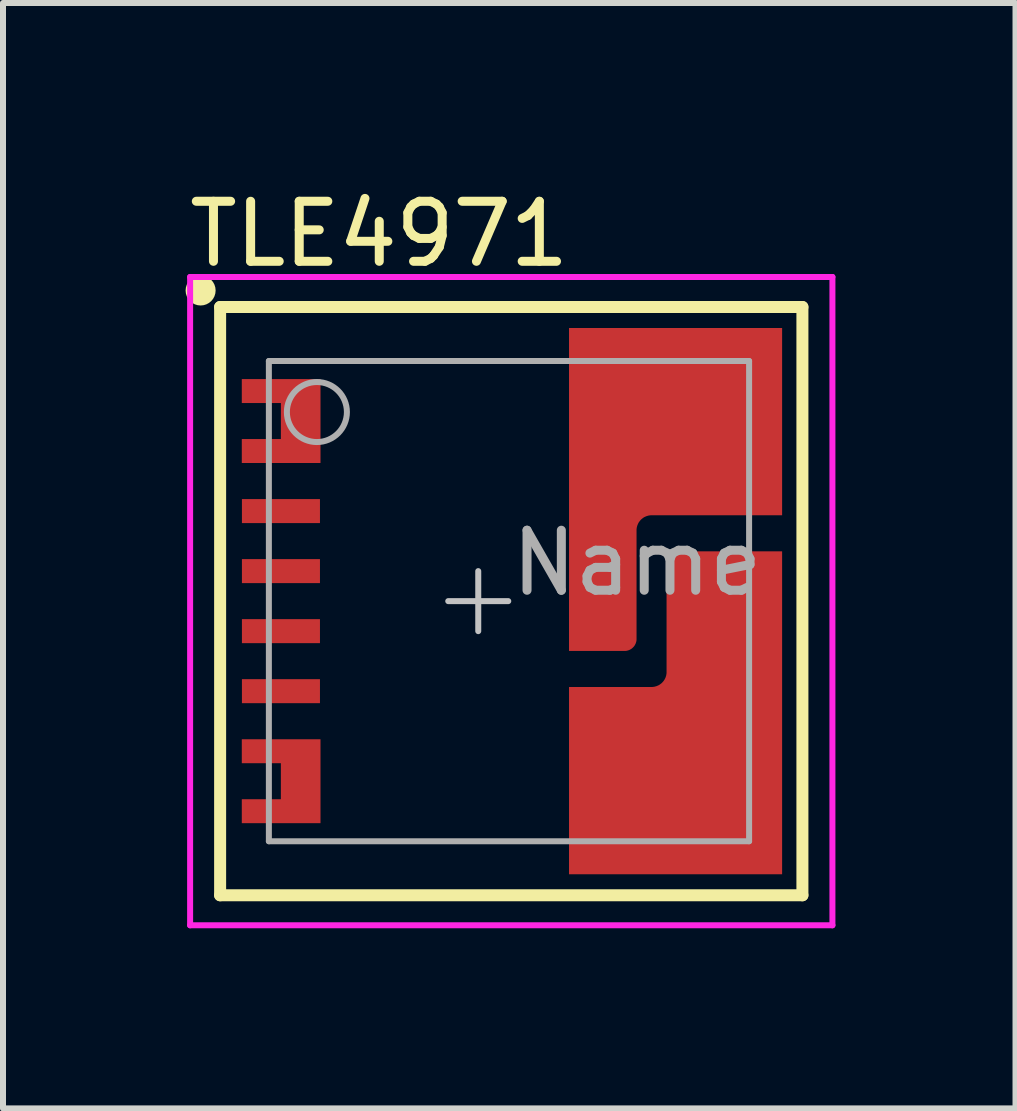
<source format=kicad_pcb>
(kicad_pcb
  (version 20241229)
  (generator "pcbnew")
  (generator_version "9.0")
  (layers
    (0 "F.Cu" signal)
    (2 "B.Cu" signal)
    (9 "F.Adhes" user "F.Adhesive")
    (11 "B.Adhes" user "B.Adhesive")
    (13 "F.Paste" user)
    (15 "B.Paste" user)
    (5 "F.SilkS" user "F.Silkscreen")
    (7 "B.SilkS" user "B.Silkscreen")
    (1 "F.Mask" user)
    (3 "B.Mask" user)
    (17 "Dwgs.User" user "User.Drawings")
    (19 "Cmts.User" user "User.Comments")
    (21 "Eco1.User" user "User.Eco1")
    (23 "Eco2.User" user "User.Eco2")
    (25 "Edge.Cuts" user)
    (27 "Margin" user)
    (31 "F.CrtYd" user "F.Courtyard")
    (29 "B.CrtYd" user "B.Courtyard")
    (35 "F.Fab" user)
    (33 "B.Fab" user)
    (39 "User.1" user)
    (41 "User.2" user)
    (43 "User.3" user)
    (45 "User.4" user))
  (footprint "TLE4971"
    (layer "F.Cu")
    (at 4.917 6.964)
    (property "Reference" "TLE4971" (at -1.649 -6.116 180) (layer "F.SilkS") (effects (font (size 1 1) (thickness 0.15))))
    (attr smd)
    (fp_poly (pts (xy -2.628 -2.301) (xy -3.939 -2.301) (xy -3.939 -2.7) (xy -3.288 -2.7) (xy -3.288 -3.3) (xy -3.939 -3.3) (xy -3.939 -3.699) (xy -2.628 -3.699)) (stroke (width 0) (type solid)) (fill yes) (layer "F.Mask"))
    (fp_poly (pts (xy -2.628 3.699) (xy -3.939 3.699) (xy -3.939 3.3) (xy -3.288 3.3) (xy -3.288 2.7) (xy -3.939 2.7) (xy -3.939 2.301) (xy -2.628 2.301)) (stroke (width 0) (type solid)) (fill yes) (layer "F.Mask"))
    (fp_poly (pts (xy 2.637 -1.18) (xy 2.637 -1.193) (xy 2.638 -1.206) (xy 2.64 -1.219) (xy 2.642 -1.232) (xy 2.646 -1.245) (xy 2.649 -1.257) (xy 2.654 -1.27) (xy 2.659 -1.282) (xy 2.664 -1.293) (xy 2.67 -1.305) (xy 2.677 -1.316) (xy 2.685 -1.327) (xy 2.693 -1.337) (xy 2.701 -1.347) (xy 2.71 -1.357) (xy 2.72 -1.366) (xy 2.73 -1.374) (xy 2.74 -1.382) (xy 2.751 -1.39) (xy 2.762 -1.397) (xy 2.774 -1.403) (xy 2.785 -1.408) (xy 2.797 -1.413) (xy 2.81 -1.418) (xy 2.822 -1.421) (xy 2.835 -1.425) (xy 2.848 -1.427) (xy 2.861 -1.429) (xy 2.874 -1.43) (xy 2.887 -1.43) (xy 5.062 -1.43) (xy 5.062 -4.55) (xy 1.512 -4.55) (xy 1.512 0.83) (xy 2.437 0.83) (xy 2.447 0.83) (xy 2.458 0.829) (xy 2.468 0.828) (xy 2.479 0.826) (xy 2.489 0.823) (xy 2.499 0.82) (xy 2.509 0.817) (xy 2.518 0.813) (xy 2.528 0.808) (xy 2.537 0.803) (xy 2.546 0.798) (xy 2.555 0.792) (xy 2.563 0.785) (xy 2.571 0.779) (xy 2.578 0.771) (xy 2.586 0.764) (xy 2.592 0.756) (xy 2.599 0.748) (xy 2.605 0.739) (xy 2.61 0.73) (xy 2.615 0.721) (xy 2.62 0.711) (xy 2.624 0.702) (xy 2.627 0.692) (xy 2.63 0.682) (xy 2.633 0.672) (xy 2.635 0.661) (xy 2.636 0.651) (xy 2.637 0.64) (xy 2.637 0.63) (xy 2.637 -1.18)) (stroke (width 0) (type solid)) (fill yes) (layer "F.Mask"))
    (fp_poly (pts (xy 1.512 1.43) (xy 2.887 1.43) (xy 2.9 1.43) (xy 2.913 1.429) (xy 2.926 1.427) (xy 2.939 1.425) (xy 2.952 1.421) (xy 2.965 1.418) (xy 2.977 1.413) (xy 2.989 1.408) (xy 3.001 1.403) (xy 3.012 1.397) (xy 3.023 1.39) (xy 3.034 1.382) (xy 3.045 1.374) (xy 3.055 1.366) (xy 3.064 1.357) (xy 3.073 1.347) (xy 3.082 1.337) (xy 3.09 1.327) (xy 3.097 1.316) (xy 3.104 1.305) (xy 3.11 1.293) (xy 3.116 1.282) (xy 3.121 1.27) (xy 3.125 1.257) (xy 3.129 1.245) (xy 3.132 1.232) (xy 3.134 1.219) (xy 3.136 1.206) (xy 3.137 1.193) (xy 3.137 1.18) (xy 3.137 -0.63) (xy 3.138 -0.64) (xy 3.138 -0.651) (xy 3.14 -0.661) (xy 3.142 -0.672) (xy 3.144 -0.682) (xy 3.147 -0.692) (xy 3.151 -0.702) (xy 3.155 -0.711) (xy 3.159 -0.721) (xy 3.164 -0.73) (xy 3.17 -0.739) (xy 3.175 -0.748) (xy 3.182 -0.756) (xy 3.189 -0.764) (xy 3.196 -0.771) (xy 3.203 -0.779) (xy 3.211 -0.785) (xy 3.22 -0.792) (xy 3.228 -0.798) (xy 3.237 -0.803) (xy 3.247 -0.808) (xy 3.256 -0.813) (xy 3.266 -0.817) (xy 3.275 -0.82) (xy 3.286 -0.823) (xy 3.296 -0.826) (xy 3.306 -0.828) (xy 3.316 -0.829) (xy 3.327 -0.83) (xy 3.337 -0.83) (xy 5.062 -0.83) (xy 5.062 4.55) (xy 1.512 4.55) (xy 1.512 1.43) (xy 1.512 1.43)) (stroke (width 0) (type solid)) (fill yes) (layer "F.Mask"))
    (fp_line (start -4.3 -4.9) (end 5.4 -4.9) (stroke (width 0.2) (type solid)) (layer "F.SilkS"))
    (fp_line (start -4.3 4.9) (end -4.3 -4.9) (stroke (width 0.2) (type solid)) (layer "F.SilkS"))
    (fp_line (start 5.4 -4.9) (end 5.4 4.9) (stroke (width 0.2) (type solid)) (layer "F.SilkS"))
    (fp_line (start 5.4 4.9) (end -4.3 4.9) (stroke (width 0.2) (type solid)) (layer "F.SilkS"))
    (fp_circle (center -4.625 -5.175) (end -4.5 -5.175) (stroke (width 0.25) (type solid)) (fill no) (layer "F.SilkS"))
    (fp_poly (pts (xy -2.727 -3.65) (xy -3.927 -3.65) (xy -3.927 -3.35) (xy -2.727 -3.35)) (stroke (width 0) (type solid)) (fill yes) (layer "F.Paste"))
    (fp_poly (pts (xy -2.727 -3.2) (xy -2.727 -2.8) (xy -3.227 -2.8) (xy -3.227 -3.2)) (stroke (width 0) (type solid)) (fill yes) (layer "F.Paste"))
    (fp_poly (pts (xy -2.727 -2.65) (xy -3.927 -2.65) (xy -3.927 -2.35) (xy -2.727 -2.35)) (stroke (width 0) (type solid)) (fill yes) (layer "F.Paste"))
    (fp_poly (pts (xy -2.727 2.65) (xy -3.927 2.65) (xy -3.927 2.35) (xy -2.727 2.35)) (stroke (width 0) (type solid)) (fill yes) (layer "F.Paste"))
    (fp_poly (pts (xy -2.727 3.2) (xy -2.727 2.8) (xy -3.227 2.8) (xy -3.227 3.2)) (stroke (width 0) (type solid)) (fill yes) (layer "F.Paste"))
    (fp_poly (pts (xy -2.727 3.65) (xy -3.927 3.65) (xy -3.927 3.35) (xy -2.727 3.35)) (stroke (width 0) (type solid)) (fill yes) (layer "F.Paste"))
    (fp_poly (pts (xy -2.687 -1.65) (xy -2.687 -1.35) (xy -3.887 -1.35) (xy -3.887 -1.65)) (stroke (width 0) (type solid)) (fill yes) (layer "F.Paste"))
    (fp_poly (pts (xy -2.687 -0.65) (xy -2.687 -0.35) (xy -3.887 -0.35) (xy -3.887 -0.65)) (stroke (width 0) (type solid)) (fill yes) (layer "F.Paste"))
    (fp_poly (pts (xy -2.687 0.35) (xy -2.687 0.65) (xy -3.887 0.65) (xy -3.887 0.35)) (stroke (width 0) (type solid)) (fill yes) (layer "F.Paste"))
    (fp_poly (pts (xy -2.687 1.35) (xy -2.687 1.65) (xy -3.887 1.65) (xy -3.887 1.35)) (stroke (width 0) (type solid)) (fill yes) (layer "F.Paste"))
    (fp_poly (pts (xy 2.423 -4.253) (xy 2.423 -3.028) (xy 1.722 -3.028) (xy 1.722 -4.253)) (stroke (width 0) (type solid)) (fill yes) (layer "F.Paste"))
    (fp_poly (pts (xy 2.423 -2.225) (xy 2.423 -0.625) (xy 1.722 -0.625) (xy 1.722 -2.225)) (stroke (width 0) (type solid)) (fill yes) (layer "F.Paste"))
    (fp_poly (pts (xy 2.423 0.627) (xy 2.423 0.172) (xy 1.723 0.172) (xy 1.722 0.627)) (stroke (width 0) (type solid)) (fill yes) (layer "F.Paste"))
    (fp_poly (pts (xy 2.423 2.172) (xy 2.423 1.627) (xy 1.723 1.627) (xy 1.723 2.172)) (stroke (width 0) (type solid)) (fill yes) (layer "F.Paste"))
    (fp_poly (pts (xy 2.423 4.247) (xy 2.423 2.972) (xy 1.722 2.972) (xy 1.722 4.247)) (stroke (width 0) (type solid)) (fill yes) (layer "F.Paste"))
    (fp_poly (pts (xy 2.622 4.25) (xy 2.622 1.63) (xy 3.162 1.63) (xy 3.162 4.25)) (stroke (width 0) (type solid)) (fill yes) (layer "F.Paste"))
    (fp_poly (pts (xy 3.275 -2.977) (xy 3.275 -3.003) (xy 3.3 -3.003) (xy 3.3 -2.977)) (stroke (width 0) (type solid)) (fill yes) (layer "F.Paste"))
    (fp_poly (pts (xy 3.275 3.003) (xy 3.275 2.977) (xy 3.3 2.977) (xy 3.3 3.003)) (stroke (width 0) (type solid)) (fill yes) (layer "F.Paste"))
    (fp_poly (pts (xy 3.362 -0.125) (xy 3.362 -0.625) (xy 4.222 -0.625) (xy 4.222 -0.125)) (stroke (width 0) (type solid)) (fill yes) (layer "F.Paste"))
    (fp_poly (pts (xy 3.573 -1.63) (xy 3.573 -4.25) (xy 2.623 -4.25) (xy 2.623 -1.63)) (stroke (width 0) (type solid)) (fill yes) (layer "F.Paste"))
    (fp_poly (pts (xy 4.222 2.175) (xy 4.222 0.675) (xy 3.362 0.675) (xy 3.362 2.175)) (stroke (width 0) (type solid)) (fill yes) (layer "F.Paste"))
    (fp_poly (pts (xy 4.222 2.972) (xy 4.222 4.247) (xy 3.362 4.247) (xy 3.362 2.972)) (stroke (width 0) (type solid)) (fill yes) (layer "F.Paste"))
    (fp_poly (pts (xy 4.223 -4.253) (xy 4.223 -3.028) (xy 3.773 -3.028) (xy 3.773 -4.253)) (stroke (width 0) (type solid)) (fill yes) (layer "F.Paste"))
    (fp_poly (pts (xy 4.223 -2.228) (xy 4.222 -1.633) (xy 3.773 -1.633) (xy 3.773 -2.228)) (stroke (width 0) (type solid)) (fill yes) (layer "F.Paste"))
    (fp_poly (pts (xy 4.823 -4.25) (xy 4.823 -1.63) (xy 4.423 -1.63) (xy 4.422 -4.25)) (stroke (width 0) (type solid)) (fill yes) (layer "F.Paste"))
    (fp_poly (pts (xy 4.823 1.427) (xy 4.423 1.427) (xy 4.422 -0.628) (xy 4.823 -0.628)) (stroke (width 0) (type solid)) (fill yes) (layer "F.Paste"))
    (fp_poly (pts (xy 4.823 4.25) (xy 4.823 1.63) (xy 4.422 1.63) (xy 4.422 4.25)) (stroke (width 0) (type solid)) (fill yes) (layer "F.Paste"))
    (fp_line (start -0.5 0) (end 0.5 0) (stroke (width 0.1) (type solid)) (layer "Dwgs.User"))
    (fp_line (start 0 0.5) (end 0 -0.5) (stroke (width 0.1) (type solid)) (layer "Dwgs.User"))
    (fp_line (start -4.8 -5.4) (end 5.9 -5.4) (stroke (width 0.1) (type solid)) (layer "F.CrtYd"))
    (fp_line (start -4.8 5.4) (end -4.8 -5.4) (stroke (width 0.1) (type solid)) (layer "F.CrtYd"))
    (fp_line (start -4.8 5.4) (end 5.9 5.4) (stroke (width 0.1) (type solid)) (layer "F.CrtYd"))
    (fp_line (start 5.9 5.4) (end 5.9 -5.4) (stroke (width 0.1) (type solid)) (layer "F.CrtYd"))
    (fp_line (start -3.488 -4) (end -3.488 4) (stroke (width 0.1) (type solid)) (layer "F.Fab"))
    (fp_line (start -3.488 4) (end 4.512 4) (stroke (width 0.1) (type solid)) (layer "F.Fab"))
    (fp_line (start 4.512 -4) (end -3.488 -4) (stroke (width 0.1) (type solid)) (layer "F.Fab"))
    (fp_line (start 4.512 4) (end 4.512 -4) (stroke (width 0.1) (type solid)) (layer "F.Fab"))
    (fp_circle (center -2.688 -3.15) (end -2.188 -3.15) (stroke (width 0.1) (type solid)) (fill no) (layer "F.Fab"))
    (fp_text user "Name" (at 2.646 -0.636 180) (layer "F.Fab") (effects (font (size 1 1) (thickness 0.15))))
    (pad "1" smd custom (at -2.958 -3) (size 0.66 0.6) (layers "F.Cu") (options (anchor rect)) (primitives (gr_poly (pts (xy 0.33 0.699) (xy -0.981 0.699) (xy -0.981 0.3) (xy -0.33 0.3) (xy -0.33 -0.3) (xy -0.981 -0.3) (xy -0.981 -0.699) (xy 0.33 -0.699)) (width 0) (fill yes))))
    (pad "2" smd rect (at -3.287 -1.5) (size 1.3 0.4) (layers "F.Cu" "F.Mask"))
    (pad "3" smd rect (at -3.287 -0.5) (size 1.3 0.4) (layers "F.Cu" "F.Mask"))
    (pad "4" smd rect (at -3.287 0.5) (size 1.3 0.4) (layers "F.Cu" "F.Mask"))
    (pad "5" smd rect (at -3.287 1.5) (size 1.3 0.4) (layers "F.Cu" "F.Mask"))
    (pad "6" smd custom (at -2.958 3) (size 0.66 0.6) (layers "F.Cu") (options (anchor rect)) (primitives (gr_poly (pts (xy 0.33 0.699) (xy -0.981 0.699) (xy -0.981 0.3) (xy -0.33 0.3) (xy -0.33 -0.3) (xy -0.981 -0.3) (xy -0.981 -0.699) (xy 0.33 -0.699)) (width 0) (fill yes))))
    (pad "7" smd custom (at 3.287 2.99) (size 3.55 3.12) (layers "F.Cu") (options (anchor rect)) (primitives (gr_poly (pts (xy -1.775 -1.56) (xy -0.4 -1.56) (xy -0.387 -1.56) (xy -0.374 -1.561) (xy -0.361 -1.563) (xy -0.348 -1.565) (xy -0.335 -1.569) (xy -0.322 -1.572) (xy -0.31 -1.577) (xy -0.298 -1.582) (xy -0.286 -1.587) (xy -0.275 -1.593) (xy -0.264 -1.6) (xy -0.253 -1.608) (xy -0.242 -1.616) (xy -0.232 -1.624) (xy -0.223 -1.633) (xy -0.214 -1.643) (xy -0.205 -1.653) (xy -0.197 -1.663) (xy -0.19 -1.674) (xy -0.183 -1.685) (xy -0.177 -1.697) (xy -0.171 -1.708) (xy -0.166 -1.72) (xy -0.162 -1.733) (xy -0.158 -1.745) (xy -0.155 -1.758) (xy -0.153 -1.771) (xy -0.151 -1.784) (xy -0.15 -1.797) (xy -0.15 -1.81) (xy -0.15 -3.62) (xy -0.149 -3.63) (xy -0.149 -3.641) (xy -0.147 -3.651) (xy -0.145 -3.662) (xy -0.143 -3.672) (xy -0.14 -3.682) (xy -0.136 -3.692) (xy -0.132 -3.701) (xy -0.128 -3.711) (xy -0.123 -3.72) (xy -0.117 -3.729) (xy -0.112 -3.738) (xy -0.105 -3.746) (xy -0.098 -3.754) (xy -0.091 -3.761) (xy -0.084 -3.769) (xy -0.076 -3.775) (xy -0.067 -3.782) (xy -0.059 -3.788) (xy -0.05 -3.793) (xy -0.04 -3.798) (xy -0.031 -3.803) (xy -0.021 -3.807) (xy -0.012 -3.81) (xy -0.001 -3.813) (xy 0.009 -3.816) (xy 0.019 -3.818) (xy 0.029 -3.819) (xy 0.04 -3.82) (xy 0.05 -3.82) (xy 1.775 -3.82) (xy 1.775 1.56) (xy -1.775 1.56) (xy -1.775 -1.56) (xy -1.775 -1.56)) (width 0) (fill yes))))
    (pad "8" smd custom (at 3.287 -2.99) (size 3.55 3.12) (layers "F.Cu") (options (anchor rect)) (primitives (gr_poly (pts (xy -0.65 1.81) (xy -0.65 1.797) (xy -0.649 1.784) (xy -0.647 1.771) (xy -0.645 1.758) (xy -0.641 1.745) (xy -0.638 1.733) (xy -0.633 1.72) (xy -0.628 1.708) (xy -0.623 1.697) (xy -0.617 1.685) (xy -0.61 1.674) (xy -0.602 1.663) (xy -0.594 1.653) (xy -0.586 1.643) (xy -0.577 1.633) (xy -0.567 1.624) (xy -0.557 1.616) (xy -0.547 1.608) (xy -0.536 1.6) (xy -0.525 1.593) (xy -0.513 1.587) (xy -0.502 1.582) (xy -0.49 1.577) (xy -0.477 1.572) (xy -0.465 1.569) (xy -0.452 1.565) (xy -0.439 1.563) (xy -0.426 1.561) (xy -0.413 1.56) (xy -0.4 1.56) (xy 1.775 1.56) (xy 1.775 -1.56) (xy -1.775 -1.56) (xy -1.775 3.82) (xy -0.85 3.82) (xy -0.84 3.82) (xy -0.829 3.819) (xy -0.819 3.818) (xy -0.808 3.816) (xy -0.798 3.813) (xy -0.788 3.81) (xy -0.778 3.807) (xy -0.769 3.803) (xy -0.759 3.798) (xy -0.75 3.793) (xy -0.741 3.788) (xy -0.732 3.782) (xy -0.724 3.775) (xy -0.716 3.769) (xy -0.709 3.761) (xy -0.701 3.754) (xy -0.695 3.746) (xy -0.688 3.738) (xy -0.682 3.729) (xy -0.677 3.72) (xy -0.672 3.711) (xy -0.667 3.701) (xy -0.663 3.692) (xy -0.66 3.682) (xy -0.657 3.672) (xy -0.654 3.662) (xy -0.652 3.651) (xy -0.651 3.641) (xy -0.65 3.63) (xy -0.65 3.62) (xy -0.65 1.81)) (width 0) (fill yes)))))
  (gr_rect
    (start -3 -3)
    (end 13.867 15.414)
    (stroke (width 0.1) (type default))
    (fill no)
    (layer "Edge.Cuts")))
</source>
